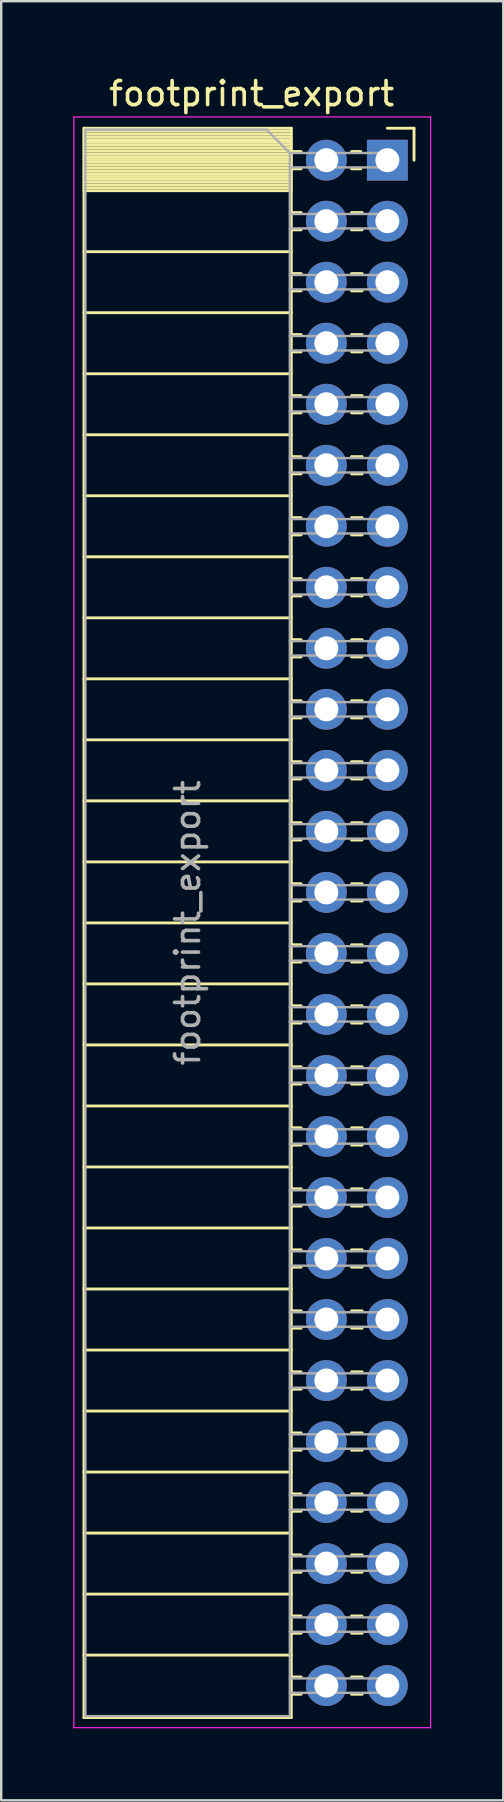
<source format=kicad_pcb>
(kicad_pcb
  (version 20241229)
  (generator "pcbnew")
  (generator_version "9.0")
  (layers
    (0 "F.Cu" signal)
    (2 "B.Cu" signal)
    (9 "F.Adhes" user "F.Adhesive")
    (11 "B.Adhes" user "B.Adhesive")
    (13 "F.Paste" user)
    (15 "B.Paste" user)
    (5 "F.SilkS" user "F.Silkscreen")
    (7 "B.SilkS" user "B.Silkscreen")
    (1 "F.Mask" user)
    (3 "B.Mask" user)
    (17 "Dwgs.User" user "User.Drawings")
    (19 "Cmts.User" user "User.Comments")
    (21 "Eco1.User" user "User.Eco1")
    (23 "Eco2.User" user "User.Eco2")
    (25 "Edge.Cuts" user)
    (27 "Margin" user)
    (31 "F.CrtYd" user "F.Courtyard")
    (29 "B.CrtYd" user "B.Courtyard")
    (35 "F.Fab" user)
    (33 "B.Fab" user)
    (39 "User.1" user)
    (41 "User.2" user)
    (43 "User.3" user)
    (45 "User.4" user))
  (footprint "footprint_export"
    (layer "F.Cu")
    (at 13.075 3.618)
    (property "Reference" "footprint_export" (at -5.65 -2.77 0) (layer "F.SilkS") (effects (font (size 1 1) (thickness 0.15))))
    (attr through_hole)
    (fp_line (start -12.63 -1.33) (end -12.63 64.83) (stroke (width 0.12) (type solid)) (layer "F.SilkS"))
    (fp_line (start -12.63 -1.33) (end -4 -1.33) (stroke (width 0.12) (type solid)) (layer "F.SilkS"))
    (fp_line (start -12.63 -1.21) (end -4 -1.21) (stroke (width 0.12) (type solid)) (layer "F.SilkS"))
    (fp_line (start -12.63 -1.092) (end -4 -1.092) (stroke (width 0.12) (type solid)) (layer "F.SilkS"))
    (fp_line (start -12.63 -0.974) (end -4 -0.974) (stroke (width 0.12) (type solid)) (layer "F.SilkS"))
    (fp_line (start -12.63 -0.856) (end -4 -0.856) (stroke (width 0.12) (type solid)) (layer "F.SilkS"))
    (fp_line (start -12.63 -0.738) (end -4 -0.738) (stroke (width 0.12) (type solid)) (layer "F.SilkS"))
    (fp_line (start -12.63 -0.62) (end -4 -0.62) (stroke (width 0.12) (type solid)) (layer "F.SilkS"))
    (fp_line (start -12.63 -0.501) (end -4 -0.501) (stroke (width 0.12) (type solid)) (layer "F.SilkS"))
    (fp_line (start -12.63 -0.383) (end -4 -0.383) (stroke (width 0.12) (type solid)) (layer "F.SilkS"))
    (fp_line (start -12.63 -0.265) (end -4 -0.265) (stroke (width 0.12) (type solid)) (layer "F.SilkS"))
    (fp_line (start -12.63 -0.147) (end -4 -0.147) (stroke (width 0.12) (type solid)) (layer "F.SilkS"))
    (fp_line (start -12.63 -0.029) (end -4 -0.029) (stroke (width 0.12) (type solid)) (layer "F.SilkS"))
    (fp_line (start -12.63 0.089) (end -4 0.089) (stroke (width 0.12) (type solid)) (layer "F.SilkS"))
    (fp_line (start -12.63 0.207) (end -4 0.207) (stroke (width 0.12) (type solid)) (layer "F.SilkS"))
    (fp_line (start -12.63 0.325) (end -4 0.325) (stroke (width 0.12) (type solid)) (layer "F.SilkS"))
    (fp_line (start -12.63 0.443) (end -4 0.443) (stroke (width 0.12) (type solid)) (layer "F.SilkS"))
    (fp_line (start -12.63 0.561) (end -4 0.561) (stroke (width 0.12) (type solid)) (layer "F.SilkS"))
    (fp_line (start -12.63 0.68) (end -4 0.68) (stroke (width 0.12) (type solid)) (layer "F.SilkS"))
    (fp_line (start -12.63 0.798) (end -4 0.798) (stroke (width 0.12) (type solid)) (layer "F.SilkS"))
    (fp_line (start -12.63 0.916) (end -4 0.916) (stroke (width 0.12) (type solid)) (layer "F.SilkS"))
    (fp_line (start -12.63 1.034) (end -4 1.034) (stroke (width 0.12) (type solid)) (layer "F.SilkS"))
    (fp_line (start -12.63 1.152) (end -4 1.152) (stroke (width 0.12) (type solid)) (layer "F.SilkS"))
    (fp_line (start -12.63 1.27) (end -4 1.27) (stroke (width 0.12) (type solid)) (layer "F.SilkS"))
    (fp_line (start -12.63 3.81) (end -4 3.81) (stroke (width 0.12) (type solid)) (layer "F.SilkS"))
    (fp_line (start -12.63 6.35) (end -4 6.35) (stroke (width 0.12) (type solid)) (layer "F.SilkS"))
    (fp_line (start -12.63 8.89) (end -4 8.89) (stroke (width 0.12) (type solid)) (layer "F.SilkS"))
    (fp_line (start -12.63 11.43) (end -4 11.43) (stroke (width 0.12) (type solid)) (layer "F.SilkS"))
    (fp_line (start -12.63 13.97) (end -4 13.97) (stroke (width 0.12) (type solid)) (layer "F.SilkS"))
    (fp_line (start -12.63 16.51) (end -4 16.51) (stroke (width 0.12) (type solid)) (layer "F.SilkS"))
    (fp_line (start -12.63 19.05) (end -4 19.05) (stroke (width 0.12) (type solid)) (layer "F.SilkS"))
    (fp_line (start -12.63 21.59) (end -4 21.59) (stroke (width 0.12) (type solid)) (layer "F.SilkS"))
    (fp_line (start -12.63 24.13) (end -4 24.13) (stroke (width 0.12) (type solid)) (layer "F.SilkS"))
    (fp_line (start -12.63 26.67) (end -4 26.67) (stroke (width 0.12) (type solid)) (layer "F.SilkS"))
    (fp_line (start -12.63 29.21) (end -4 29.21) (stroke (width 0.12) (type solid)) (layer "F.SilkS"))
    (fp_line (start -12.63 31.75) (end -4 31.75) (stroke (width 0.12) (type solid)) (layer "F.SilkS"))
    (fp_line (start -12.63 34.29) (end -4 34.29) (stroke (width 0.12) (type solid)) (layer "F.SilkS"))
    (fp_line (start -12.63 36.83) (end -4 36.83) (stroke (width 0.12) (type solid)) (layer "F.SilkS"))
    (fp_line (start -12.63 39.37) (end -4 39.37) (stroke (width 0.12) (type solid)) (layer "F.SilkS"))
    (fp_line (start -12.63 41.91) (end -4 41.91) (stroke (width 0.12) (type solid)) (layer "F.SilkS"))
    (fp_line (start -12.63 44.45) (end -4 44.45) (stroke (width 0.12) (type solid)) (layer "F.SilkS"))
    (fp_line (start -12.63 46.99) (end -4 46.99) (stroke (width 0.12) (type solid)) (layer "F.SilkS"))
    (fp_line (start -12.63 49.53) (end -4 49.53) (stroke (width 0.12) (type solid)) (layer "F.SilkS"))
    (fp_line (start -12.63 52.07) (end -4 52.07) (stroke (width 0.12) (type solid)) (layer "F.SilkS"))
    (fp_line (start -12.63 54.61) (end -4 54.61) (stroke (width 0.12) (type solid)) (layer "F.SilkS"))
    (fp_line (start -12.63 57.15) (end -4 57.15) (stroke (width 0.12) (type solid)) (layer "F.SilkS"))
    (fp_line (start -12.63 59.69) (end -4 59.69) (stroke (width 0.12) (type solid)) (layer "F.SilkS"))
    (fp_line (start -12.63 62.23) (end -4 62.23) (stroke (width 0.12) (type solid)) (layer "F.SilkS"))
    (fp_line (start -12.63 64.83) (end -4 64.83) (stroke (width 0.12) (type solid)) (layer "F.SilkS"))
    (fp_line (start -4 -1.33) (end -4 64.83) (stroke (width 0.12) (type solid)) (layer "F.SilkS"))
    (fp_line (start -4 -0.36) (end -3.59 -0.36) (stroke (width 0.12) (type solid)) (layer "F.SilkS"))
    (fp_line (start -4 0.36) (end -3.59 0.36) (stroke (width 0.12) (type solid)) (layer "F.SilkS"))
    (fp_line (start -4 2.18) (end -3.59 2.18) (stroke (width 0.12) (type solid)) (layer "F.SilkS"))
    (fp_line (start -4 2.9) (end -3.59 2.9) (stroke (width 0.12) (type solid)) (layer "F.SilkS"))
    (fp_line (start -4 4.72) (end -3.59 4.72) (stroke (width 0.12) (type solid)) (layer "F.SilkS"))
    (fp_line (start -4 5.44) (end -3.59 5.44) (stroke (width 0.12) (type solid)) (layer "F.SilkS"))
    (fp_line (start -4 7.26) (end -3.59 7.26) (stroke (width 0.12) (type solid)) (layer "F.SilkS"))
    (fp_line (start -4 7.98) (end -3.59 7.98) (stroke (width 0.12) (type solid)) (layer "F.SilkS"))
    (fp_line (start -4 9.8) (end -3.59 9.8) (stroke (width 0.12) (type solid)) (layer "F.SilkS"))
    (fp_line (start -4 10.52) (end -3.59 10.52) (stroke (width 0.12) (type solid)) (layer "F.SilkS"))
    (fp_line (start -4 12.34) (end -3.59 12.34) (stroke (width 0.12) (type solid)) (layer "F.SilkS"))
    (fp_line (start -4 13.06) (end -3.59 13.06) (stroke (width 0.12) (type solid)) (layer "F.SilkS"))
    (fp_line (start -4 14.88) (end -3.59 14.88) (stroke (width 0.12) (type solid)) (layer "F.SilkS"))
    (fp_line (start -4 15.6) (end -3.59 15.6) (stroke (width 0.12) (type solid)) (layer "F.SilkS"))
    (fp_line (start -4 17.42) (end -3.59 17.42) (stroke (width 0.12) (type solid)) (layer "F.SilkS"))
    (fp_line (start -4 18.14) (end -3.59 18.14) (stroke (width 0.12) (type solid)) (layer "F.SilkS"))
    (fp_line (start -4 19.96) (end -3.59 19.96) (stroke (width 0.12) (type solid)) (layer "F.SilkS"))
    (fp_line (start -4 20.68) (end -3.59 20.68) (stroke (width 0.12) (type solid)) (layer "F.SilkS"))
    (fp_line (start -4 22.5) (end -3.59 22.5) (stroke (width 0.12) (type solid)) (layer "F.SilkS"))
    (fp_line (start -4 23.22) (end -3.59 23.22) (stroke (width 0.12) (type solid)) (layer "F.SilkS"))
    (fp_line (start -4 25.04) (end -3.59 25.04) (stroke (width 0.12) (type solid)) (layer "F.SilkS"))
    (fp_line (start -4 25.76) (end -3.59 25.76) (stroke (width 0.12) (type solid)) (layer "F.SilkS"))
    (fp_line (start -4 27.58) (end -3.59 27.58) (stroke (width 0.12) (type solid)) (layer "F.SilkS"))
    (fp_line (start -4 28.3) (end -3.59 28.3) (stroke (width 0.12) (type solid)) (layer "F.SilkS"))
    (fp_line (start -4 30.12) (end -3.59 30.12) (stroke (width 0.12) (type solid)) (layer "F.SilkS"))
    (fp_line (start -4 30.84) (end -3.59 30.84) (stroke (width 0.12) (type solid)) (layer "F.SilkS"))
    (fp_line (start -4 32.66) (end -3.59 32.66) (stroke (width 0.12) (type solid)) (layer "F.SilkS"))
    (fp_line (start -4 33.38) (end -3.59 33.38) (stroke (width 0.12) (type solid)) (layer "F.SilkS"))
    (fp_line (start -4 35.2) (end -3.59 35.2) (stroke (width 0.12) (type solid)) (layer "F.SilkS"))
    (fp_line (start -4 35.92) (end -3.59 35.92) (stroke (width 0.12) (type solid)) (layer "F.SilkS"))
    (fp_line (start -4 37.74) (end -3.59 37.74) (stroke (width 0.12) (type solid)) (layer "F.SilkS"))
    (fp_line (start -4 38.46) (end -3.59 38.46) (stroke (width 0.12) (type solid)) (layer "F.SilkS"))
    (fp_line (start -4 40.28) (end -3.59 40.28) (stroke (width 0.12) (type solid)) (layer "F.SilkS"))
    (fp_line (start -4 41) (end -3.59 41) (stroke (width 0.12) (type solid)) (layer "F.SilkS"))
    (fp_line (start -4 42.82) (end -3.59 42.82) (stroke (width 0.12) (type solid)) (layer "F.SilkS"))
    (fp_line (start -4 43.54) (end -3.59 43.54) (stroke (width 0.12) (type solid)) (layer "F.SilkS"))
    (fp_line (start -4 45.36) (end -3.59 45.36) (stroke (width 0.12) (type solid)) (layer "F.SilkS"))
    (fp_line (start -4 46.08) (end -3.59 46.08) (stroke (width 0.12) (type solid)) (layer "F.SilkS"))
    (fp_line (start -4 47.9) (end -3.59 47.9) (stroke (width 0.12) (type solid)) (layer "F.SilkS"))
    (fp_line (start -4 48.62) (end -3.59 48.62) (stroke (width 0.12) (type solid)) (layer "F.SilkS"))
    (fp_line (start -4 50.44) (end -3.59 50.44) (stroke (width 0.12) (type solid)) (layer "F.SilkS"))
    (fp_line (start -4 51.16) (end -3.59 51.16) (stroke (width 0.12) (type solid)) (layer "F.SilkS"))
    (fp_line (start -4 52.98) (end -3.59 52.98) (stroke (width 0.12) (type solid)) (layer "F.SilkS"))
    (fp_line (start -4 53.7) (end -3.59 53.7) (stroke (width 0.12) (type solid)) (layer "F.SilkS"))
    (fp_line (start -4 55.52) (end -3.59 55.52) (stroke (width 0.12) (type solid)) (layer "F.SilkS"))
    (fp_line (start -4 56.24) (end -3.59 56.24) (stroke (width 0.12) (type solid)) (layer "F.SilkS"))
    (fp_line (start -4 58.06) (end -3.59 58.06) (stroke (width 0.12) (type solid)) (layer "F.SilkS"))
    (fp_line (start -4 58.78) (end -3.59 58.78) (stroke (width 0.12) (type solid)) (layer "F.SilkS"))
    (fp_line (start -4 60.6) (end -3.59 60.6) (stroke (width 0.12) (type solid)) (layer "F.SilkS"))
    (fp_line (start -4 61.32) (end -3.59 61.32) (stroke (width 0.12) (type solid)) (layer "F.SilkS"))
    (fp_line (start -4 63.14) (end -3.59 63.14) (stroke (width 0.12) (type solid)) (layer "F.SilkS"))
    (fp_line (start -4 63.86) (end -3.59 63.86) (stroke (width 0.12) (type solid)) (layer "F.SilkS"))
    (fp_line (start -1.49 -0.36) (end -1.11 -0.36) (stroke (width 0.12) (type solid)) (layer "F.SilkS"))
    (fp_line (start -1.49 0.36) (end -1.11 0.36) (stroke (width 0.12) (type solid)) (layer "F.SilkS"))
    (fp_line (start -1.49 2.18) (end -1.05 2.18) (stroke (width 0.12) (type solid)) (layer "F.SilkS"))
    (fp_line (start -1.49 2.9) (end -1.05 2.9) (stroke (width 0.12) (type solid)) (layer "F.SilkS"))
    (fp_line (start -1.49 4.72) (end -1.05 4.72) (stroke (width 0.12) (type solid)) (layer "F.SilkS"))
    (fp_line (start -1.49 5.44) (end -1.05 5.44) (stroke (width 0.12) (type solid)) (layer "F.SilkS"))
    (fp_line (start -1.49 7.26) (end -1.05 7.26) (stroke (width 0.12) (type solid)) (layer "F.SilkS"))
    (fp_line (start -1.49 7.98) (end -1.05 7.98) (stroke (width 0.12) (type solid)) (layer "F.SilkS"))
    (fp_line (start -1.49 9.8) (end -1.05 9.8) (stroke (width 0.12) (type solid)) (layer "F.SilkS"))
    (fp_line (start -1.49 10.52) (end -1.05 10.52) (stroke (width 0.12) (type solid)) (layer "F.SilkS"))
    (fp_line (start -1.49 12.34) (end -1.05 12.34) (stroke (width 0.12) (type solid)) (layer "F.SilkS"))
    (fp_line (start -1.49 13.06) (end -1.05 13.06) (stroke (width 0.12) (type solid)) (layer "F.SilkS"))
    (fp_line (start -1.49 14.88) (end -1.05 14.88) (stroke (width 0.12) (type solid)) (layer "F.SilkS"))
    (fp_line (start -1.49 15.6) (end -1.05 15.6) (stroke (width 0.12) (type solid)) (layer "F.SilkS"))
    (fp_line (start -1.49 17.42) (end -1.05 17.42) (stroke (width 0.12) (type solid)) (layer "F.SilkS"))
    (fp_line (start -1.49 18.14) (end -1.05 18.14) (stroke (width 0.12) (type solid)) (layer "F.SilkS"))
    (fp_line (start -1.49 19.96) (end -1.05 19.96) (stroke (width 0.12) (type solid)) (layer "F.SilkS"))
    (fp_line (start -1.49 20.68) (end -1.05 20.68) (stroke (width 0.12) (type solid)) (layer "F.SilkS"))
    (fp_line (start -1.49 22.5) (end -1.05 22.5) (stroke (width 0.12) (type solid)) (layer "F.SilkS"))
    (fp_line (start -1.49 23.22) (end -1.05 23.22) (stroke (width 0.12) (type solid)) (layer "F.SilkS"))
    (fp_line (start -1.49 25.04) (end -1.05 25.04) (stroke (width 0.12) (type solid)) (layer "F.SilkS"))
    (fp_line (start -1.49 25.76) (end -1.05 25.76) (stroke (width 0.12) (type solid)) (layer "F.SilkS"))
    (fp_line (start -1.49 27.58) (end -1.05 27.58) (stroke (width 0.12) (type solid)) (layer "F.SilkS"))
    (fp_line (start -1.49 28.3) (end -1.05 28.3) (stroke (width 0.12) (type solid)) (layer "F.SilkS"))
    (fp_line (start -1.49 30.12) (end -1.05 30.12) (stroke (width 0.12) (type solid)) (layer "F.SilkS"))
    (fp_line (start -1.49 30.84) (end -1.05 30.84) (stroke (width 0.12) (type solid)) (layer "F.SilkS"))
    (fp_line (start -1.49 32.66) (end -1.05 32.66) (stroke (width 0.12) (type solid)) (layer "F.SilkS"))
    (fp_line (start -1.49 33.38) (end -1.05 33.38) (stroke (width 0.12) (type solid)) (layer "F.SilkS"))
    (fp_line (start -1.49 35.2) (end -1.05 35.2) (stroke (width 0.12) (type solid)) (layer "F.SilkS"))
    (fp_line (start -1.49 35.92) (end -1.05 35.92) (stroke (width 0.12) (type solid)) (layer "F.SilkS"))
    (fp_line (start -1.49 37.74) (end -1.05 37.74) (stroke (width 0.12) (type solid)) (layer "F.SilkS"))
    (fp_line (start -1.49 38.46) (end -1.05 38.46) (stroke (width 0.12) (type solid)) (layer "F.SilkS"))
    (fp_line (start -1.49 40.28) (end -1.05 40.28) (stroke (width 0.12) (type solid)) (layer "F.SilkS"))
    (fp_line (start -1.49 41) (end -1.05 41) (stroke (width 0.12) (type solid)) (layer "F.SilkS"))
    (fp_line (start -1.49 42.82) (end -1.05 42.82) (stroke (width 0.12) (type solid)) (layer "F.SilkS"))
    (fp_line (start -1.49 43.54) (end -1.05 43.54) (stroke (width 0.12) (type solid)) (layer "F.SilkS"))
    (fp_line (start -1.49 45.36) (end -1.05 45.36) (stroke (width 0.12) (type solid)) (layer "F.SilkS"))
    (fp_line (start -1.49 46.08) (end -1.05 46.08) (stroke (width 0.12) (type solid)) (layer "F.SilkS"))
    (fp_line (start -1.49 47.9) (end -1.05 47.9) (stroke (width 0.12) (type solid)) (layer "F.SilkS"))
    (fp_line (start -1.49 48.62) (end -1.05 48.62) (stroke (width 0.12) (type solid)) (layer "F.SilkS"))
    (fp_line (start -1.49 50.44) (end -1.05 50.44) (stroke (width 0.12) (type solid)) (layer "F.SilkS"))
    (fp_line (start -1.49 51.16) (end -1.05 51.16) (stroke (width 0.12) (type solid)) (layer "F.SilkS"))
    (fp_line (start -1.49 52.98) (end -1.05 52.98) (stroke (width 0.12) (type solid)) (layer "F.SilkS"))
    (fp_line (start -1.49 53.7) (end -1.05 53.7) (stroke (width 0.12) (type solid)) (layer "F.SilkS"))
    (fp_line (start -1.49 55.52) (end -1.05 55.52) (stroke (width 0.12) (type solid)) (layer "F.SilkS"))
    (fp_line (start -1.49 56.24) (end -1.05 56.24) (stroke (width 0.12) (type solid)) (layer "F.SilkS"))
    (fp_line (start -1.49 58.06) (end -1.05 58.06) (stroke (width 0.12) (type solid)) (layer "F.SilkS"))
    (fp_line (start -1.49 58.78) (end -1.05 58.78) (stroke (width 0.12) (type solid)) (layer "F.SilkS"))
    (fp_line (start -1.49 60.6) (end -1.05 60.6) (stroke (width 0.12) (type solid)) (layer "F.SilkS"))
    (fp_line (start -1.49 61.32) (end -1.05 61.32) (stroke (width 0.12) (type solid)) (layer "F.SilkS"))
    (fp_line (start -1.49 63.14) (end -1.05 63.14) (stroke (width 0.12) (type solid)) (layer "F.SilkS"))
    (fp_line (start -1.49 63.86) (end -1.05 63.86) (stroke (width 0.12) (type solid)) (layer "F.SilkS"))
    (fp_line (start 0 -1.33) (end 1.11 -1.33) (stroke (width 0.12) (type solid)) (layer "F.SilkS"))
    (fp_line (start 1.11 -1.33) (end 1.11 0) (stroke (width 0.12) (type solid)) (layer "F.SilkS"))
    (fp_line (start -13.05 -1.8) (end -13.05 65.25) (stroke (width 0.05) (type solid)) (layer "F.CrtYd"))
    (fp_line (start -13.05 65.25) (end 1.8 65.25) (stroke (width 0.05) (type solid)) (layer "F.CrtYd"))
    (fp_line (start 1.8 -1.8) (end -13.05 -1.8) (stroke (width 0.05) (type solid)) (layer "F.CrtYd"))
    (fp_line (start 1.8 65.25) (end 1.8 -1.8) (stroke (width 0.05) (type solid)) (layer "F.CrtYd"))
    (fp_line (start -12.57 -1.27) (end -5.03 -1.27) (stroke (width 0.1) (type solid)) (layer "F.Fab"))
    (fp_line (start -12.57 64.77) (end -12.57 -1.27) (stroke (width 0.1) (type solid)) (layer "F.Fab"))
    (fp_line (start -5.03 -1.27) (end -4.06 -0.3) (stroke (width 0.1) (type solid)) (layer "F.Fab"))
    (fp_line (start -4.06 -0.3) (end -4.06 64.77) (stroke (width 0.1) (type solid)) (layer "F.Fab"))
    (fp_line (start -4.06 0.3) (end 0 0.3) (stroke (width 0.1) (type solid)) (layer "F.Fab"))
    (fp_line (start -4.06 2.84) (end 0 2.84) (stroke (width 0.1) (type solid)) (layer "F.Fab"))
    (fp_line (start -4.06 5.38) (end 0 5.38) (stroke (width 0.1) (type solid)) (layer "F.Fab"))
    (fp_line (start -4.06 7.92) (end 0 7.92) (stroke (width 0.1) (type solid)) (layer "F.Fab"))
    (fp_line (start -4.06 10.46) (end 0 10.46) (stroke (width 0.1) (type solid)) (layer "F.Fab"))
    (fp_line (start -4.06 13) (end 0 13) (stroke (width 0.1) (type solid)) (layer "F.Fab"))
    (fp_line (start -4.06 15.54) (end 0 15.54) (stroke (width 0.1) (type solid)) (layer "F.Fab"))
    (fp_line (start -4.06 18.08) (end 0 18.08) (stroke (width 0.1) (type solid)) (layer "F.Fab"))
    (fp_line (start -4.06 20.62) (end 0 20.62) (stroke (width 0.1) (type solid)) (layer "F.Fab"))
    (fp_line (start -4.06 23.16) (end 0 23.16) (stroke (width 0.1) (type solid)) (layer "F.Fab"))
    (fp_line (start -4.06 25.7) (end 0 25.7) (stroke (width 0.1) (type solid)) (layer "F.Fab"))
    (fp_line (start -4.06 28.24) (end 0 28.24) (stroke (width 0.1) (type solid)) (layer "F.Fab"))
    (fp_line (start -4.06 30.78) (end 0 30.78) (stroke (width 0.1) (type solid)) (layer "F.Fab"))
    (fp_line (start -4.06 33.32) (end 0 33.32) (stroke (width 0.1) (type solid)) (layer "F.Fab"))
    (fp_line (start -4.06 35.86) (end 0 35.86) (stroke (width 0.1) (type solid)) (layer "F.Fab"))
    (fp_line (start -4.06 38.4) (end 0 38.4) (stroke (width 0.1) (type solid)) (layer "F.Fab"))
    (fp_line (start -4.06 40.94) (end 0 40.94) (stroke (width 0.1) (type solid)) (layer "F.Fab"))
    (fp_line (start -4.06 43.48) (end 0 43.48) (stroke (width 0.1) (type solid)) (layer "F.Fab"))
    (fp_line (start -4.06 46.02) (end 0 46.02) (stroke (width 0.1) (type solid)) (layer "F.Fab"))
    (fp_line (start -4.06 48.56) (end 0 48.56) (stroke (width 0.1) (type solid)) (layer "F.Fab"))
    (fp_line (start -4.06 51.1) (end 0 51.1) (stroke (width 0.1) (type solid)) (layer "F.Fab"))
    (fp_line (start -4.06 53.64) (end 0 53.64) (stroke (width 0.1) (type solid)) (layer "F.Fab"))
    (fp_line (start -4.06 56.18) (end 0 56.18) (stroke (width 0.1) (type solid)) (layer "F.Fab"))
    (fp_line (start -4.06 58.72) (end 0 58.72) (stroke (width 0.1) (type solid)) (layer "F.Fab"))
    (fp_line (start -4.06 61.26) (end 0 61.26) (stroke (width 0.1) (type solid)) (layer "F.Fab"))
    (fp_line (start -4.06 63.8) (end 0 63.8) (stroke (width 0.1) (type solid)) (layer "F.Fab"))
    (fp_line (start -4.06 64.77) (end -12.57 64.77) (stroke (width 0.1) (type solid)) (layer "F.Fab"))
    (fp_line (start 0 -0.3) (end -4.06 -0.3) (stroke (width 0.1) (type solid)) (layer "F.Fab"))
    (fp_line (start 0 0.3) (end 0 -0.3) (stroke (width 0.1) (type solid)) (layer "F.Fab"))
    (fp_line (start 0 2.24) (end -4.06 2.24) (stroke (width 0.1) (type solid)) (layer "F.Fab"))
    (fp_line (start 0 2.84) (end 0 2.24) (stroke (width 0.1) (type solid)) (layer "F.Fab"))
    (fp_line (start 0 4.78) (end -4.06 4.78) (stroke (width 0.1) (type solid)) (layer "F.Fab"))
    (fp_line (start 0 5.38) (end 0 4.78) (stroke (width 0.1) (type solid)) (layer "F.Fab"))
    (fp_line (start 0 7.32) (end -4.06 7.32) (stroke (width 0.1) (type solid)) (layer "F.Fab"))
    (fp_line (start 0 7.92) (end 0 7.32) (stroke (width 0.1) (type solid)) (layer "F.Fab"))
    (fp_line (start 0 9.86) (end -4.06 9.86) (stroke (width 0.1) (type solid)) (layer "F.Fab"))
    (fp_line (start 0 10.46) (end 0 9.86) (stroke (width 0.1) (type solid)) (layer "F.Fab"))
    (fp_line (start 0 12.4) (end -4.06 12.4) (stroke (width 0.1) (type solid)) (layer "F.Fab"))
    (fp_line (start 0 13) (end 0 12.4) (stroke (width 0.1) (type solid)) (layer "F.Fab"))
    (fp_line (start 0 14.94) (end -4.06 14.94) (stroke (width 0.1) (type solid)) (layer "F.Fab"))
    (fp_line (start 0 15.54) (end 0 14.94) (stroke (width 0.1) (type solid)) (layer "F.Fab"))
    (fp_line (start 0 17.48) (end -4.06 17.48) (stroke (width 0.1) (type solid)) (layer "F.Fab"))
    (fp_line (start 0 18.08) (end 0 17.48) (stroke (width 0.1) (type solid)) (layer "F.Fab"))
    (fp_line (start 0 20.02) (end -4.06 20.02) (stroke (width 0.1) (type solid)) (layer "F.Fab"))
    (fp_line (start 0 20.62) (end 0 20.02) (stroke (width 0.1) (type solid)) (layer "F.Fab"))
    (fp_line (start 0 22.56) (end -4.06 22.56) (stroke (width 0.1) (type solid)) (layer "F.Fab"))
    (fp_line (start 0 23.16) (end 0 22.56) (stroke (width 0.1) (type solid)) (layer "F.Fab"))
    (fp_line (start 0 25.1) (end -4.06 25.1) (stroke (width 0.1) (type solid)) (layer "F.Fab"))
    (fp_line (start 0 25.7) (end 0 25.1) (stroke (width 0.1) (type solid)) (layer "F.Fab"))
    (fp_line (start 0 27.64) (end -4.06 27.64) (stroke (width 0.1) (type solid)) (layer "F.Fab"))
    (fp_line (start 0 28.24) (end 0 27.64) (stroke (width 0.1) (type solid)) (layer "F.Fab"))
    (fp_line (start 0 30.18) (end -4.06 30.18) (stroke (width 0.1) (type solid)) (layer "F.Fab"))
    (fp_line (start 0 30.78) (end 0 30.18) (stroke (width 0.1) (type solid)) (layer "F.Fab"))
    (fp_line (start 0 32.72) (end -4.06 32.72) (stroke (width 0.1) (type solid)) (layer "F.Fab"))
    (fp_line (start 0 33.32) (end 0 32.72) (stroke (width 0.1) (type solid)) (layer "F.Fab"))
    (fp_line (start 0 35.26) (end -4.06 35.26) (stroke (width 0.1) (type solid)) (layer "F.Fab"))
    (fp_line (start 0 35.86) (end 0 35.26) (stroke (width 0.1) (type solid)) (layer "F.Fab"))
    (fp_line (start 0 37.8) (end -4.06 37.8) (stroke (width 0.1) (type solid)) (layer "F.Fab"))
    (fp_line (start 0 38.4) (end 0 37.8) (stroke (width 0.1) (type solid)) (layer "F.Fab"))
    (fp_line (start 0 40.34) (end -4.06 40.34) (stroke (width 0.1) (type solid)) (layer "F.Fab"))
    (fp_line (start 0 40.94) (end 0 40.34) (stroke (width 0.1) (type solid)) (layer "F.Fab"))
    (fp_line (start 0 42.88) (end -4.06 42.88) (stroke (width 0.1) (type solid)) (layer "F.Fab"))
    (fp_line (start 0 43.48) (end 0 42.88) (stroke (width 0.1) (type solid)) (layer "F.Fab"))
    (fp_line (start 0 45.42) (end -4.06 45.42) (stroke (width 0.1) (type solid)) (layer "F.Fab"))
    (fp_line (start 0 46.02) (end 0 45.42) (stroke (width 0.1) (type solid)) (layer "F.Fab"))
    (fp_line (start 0 47.96) (end -4.06 47.96) (stroke (width 0.1) (type solid)) (layer "F.Fab"))
    (fp_line (start 0 48.56) (end 0 47.96) (stroke (width 0.1) (type solid)) (layer "F.Fab"))
    (fp_line (start 0 50.5) (end -4.06 50.5) (stroke (width 0.1) (type solid)) (layer "F.Fab"))
    (fp_line (start 0 51.1) (end 0 50.5) (stroke (width 0.1) (type solid)) (layer "F.Fab"))
    (fp_line (start 0 53.04) (end -4.06 53.04) (stroke (width 0.1) (type solid)) (layer "F.Fab"))
    (fp_line (start 0 53.64) (end 0 53.04) (stroke (width 0.1) (type solid)) (layer "F.Fab"))
    (fp_line (start 0 55.58) (end -4.06 55.58) (stroke (width 0.1) (type solid)) (layer "F.Fab"))
    (fp_line (start 0 56.18) (end 0 55.58) (stroke (width 0.1) (type solid)) (layer "F.Fab"))
    (fp_line (start 0 58.12) (end -4.06 58.12) (stroke (width 0.1) (type solid)) (layer "F.Fab"))
    (fp_line (start 0 58.72) (end 0 58.12) (stroke (width 0.1) (type solid)) (layer "F.Fab"))
    (fp_line (start 0 60.66) (end -4.06 60.66) (stroke (width 0.1) (type solid)) (layer "F.Fab"))
    (fp_line (start 0 61.26) (end 0 60.66) (stroke (width 0.1) (type solid)) (layer "F.Fab"))
    (fp_line (start 0 63.2) (end -4.06 63.2) (stroke (width 0.1) (type solid)) (layer "F.Fab"))
    (fp_line (start 0 63.8) (end 0 63.2) (stroke (width 0.1) (type solid)) (layer "F.Fab"))
    (fp_text user "${REFERENCE}" (at -8.315 31.75 90) (layer "F.Fab") (effects (font (size 1 1) (thickness 0.15))))
    (pad "1" thru_hole rect (at 0 0) (size 1.7 1.7) (drill 1) (layers "*.Cu" "*.Mask"))
    (pad "2" thru_hole oval (at -2.54 0) (size 1.7 1.7) (drill 1) (layers "*.Cu" "*.Mask"))
    (pad "3" thru_hole oval (at 0 2.54) (size 1.7 1.7) (drill 1) (layers "*.Cu" "*.Mask"))
    (pad "4" thru_hole oval (at -2.54 2.54) (size 1.7 1.7) (drill 1) (layers "*.Cu" "*.Mask"))
    (pad "5" thru_hole oval (at 0 5.08) (size 1.7 1.7) (drill 1) (layers "*.Cu" "*.Mask"))
    (pad "6" thru_hole oval (at -2.54 5.08) (size 1.7 1.7) (drill 1) (layers "*.Cu" "*.Mask"))
    (pad "7" thru_hole oval (at 0 7.62) (size 1.7 1.7) (drill 1) (layers "*.Cu" "*.Mask"))
    (pad "8" thru_hole oval (at -2.54 7.62) (size 1.7 1.7) (drill 1) (layers "*.Cu" "*.Mask"))
    (pad "9" thru_hole oval (at 0 10.16) (size 1.7 1.7) (drill 1) (layers "*.Cu" "*.Mask"))
    (pad "10" thru_hole oval (at -2.54 10.16) (size 1.7 1.7) (drill 1) (layers "*.Cu" "*.Mask"))
    (pad "11" thru_hole oval (at 0 12.7) (size 1.7 1.7) (drill 1) (layers "*.Cu" "*.Mask"))
    (pad "12" thru_hole oval (at -2.54 12.7) (size 1.7 1.7) (drill 1) (layers "*.Cu" "*.Mask"))
    (pad "13" thru_hole oval (at 0 15.24) (size 1.7 1.7) (drill 1) (layers "*.Cu" "*.Mask"))
    (pad "14" thru_hole oval (at -2.54 15.24) (size 1.7 1.7) (drill 1) (layers "*.Cu" "*.Mask"))
    (pad "15" thru_hole oval (at 0 17.78) (size 1.7 1.7) (drill 1) (layers "*.Cu" "*.Mask"))
    (pad "16" thru_hole oval (at -2.54 17.78) (size 1.7 1.7) (drill 1) (layers "*.Cu" "*.Mask"))
    (pad "17" thru_hole oval (at 0 20.32) (size 1.7 1.7) (drill 1) (layers "*.Cu" "*.Mask"))
    (pad "18" thru_hole oval (at -2.54 20.32) (size 1.7 1.7) (drill 1) (layers "*.Cu" "*.Mask"))
    (pad "19" thru_hole oval (at 0 22.86) (size 1.7 1.7) (drill 1) (layers "*.Cu" "*.Mask"))
    (pad "20" thru_hole oval (at -2.54 22.86) (size 1.7 1.7) (drill 1) (layers "*.Cu" "*.Mask"))
    (pad "21" thru_hole oval (at 0 25.4) (size 1.7 1.7) (drill 1) (layers "*.Cu" "*.Mask"))
    (pad "22" thru_hole oval (at -2.54 25.4) (size 1.7 1.7) (drill 1) (layers "*.Cu" "*.Mask"))
    (pad "23" thru_hole oval (at 0 27.94) (size 1.7 1.7) (drill 1) (layers "*.Cu" "*.Mask"))
    (pad "24" thru_hole oval (at -2.54 27.94) (size 1.7 1.7) (drill 1) (layers "*.Cu" "*.Mask"))
    (pad "25" thru_hole oval (at 0 30.48) (size 1.7 1.7) (drill 1) (layers "*.Cu" "*.Mask"))
    (pad "26" thru_hole oval (at -2.54 30.48) (size 1.7 1.7) (drill 1) (layers "*.Cu" "*.Mask"))
    (pad "27" thru_hole oval (at 0 33.02) (size 1.7 1.7) (drill 1) (layers "*.Cu" "*.Mask"))
    (pad "28" thru_hole oval (at -2.54 33.02) (size 1.7 1.7) (drill 1) (layers "*.Cu" "*.Mask"))
    (pad "29" thru_hole oval (at 0 35.56) (size 1.7 1.7) (drill 1) (layers "*.Cu" "*.Mask"))
    (pad "30" thru_hole oval (at -2.54 35.56) (size 1.7 1.7) (drill 1) (layers "*.Cu" "*.Mask"))
    (pad "31" thru_hole oval (at 0 38.1) (size 1.7 1.7) (drill 1) (layers "*.Cu" "*.Mask"))
    (pad "32" thru_hole oval (at -2.54 38.1) (size 1.7 1.7) (drill 1) (layers "*.Cu" "*.Mask"))
    (pad "33" thru_hole oval (at 0 40.64) (size 1.7 1.7) (drill 1) (layers "*.Cu" "*.Mask"))
    (pad "34" thru_hole oval (at -2.54 40.64) (size 1.7 1.7) (drill 1) (layers "*.Cu" "*.Mask"))
    (pad "35" thru_hole oval (at 0 43.18) (size 1.7 1.7) (drill 1) (layers "*.Cu" "*.Mask"))
    (pad "36" thru_hole oval (at -2.54 43.18) (size 1.7 1.7) (drill 1) (layers "*.Cu" "*.Mask"))
    (pad "37" thru_hole oval (at 0 45.72) (size 1.7 1.7) (drill 1) (layers "*.Cu" "*.Mask"))
    (pad "38" thru_hole oval (at -2.54 45.72) (size 1.7 1.7) (drill 1) (layers "*.Cu" "*.Mask"))
    (pad "39" thru_hole oval (at 0 48.26) (size 1.7 1.7) (drill 1) (layers "*.Cu" "*.Mask"))
    (pad "40" thru_hole oval (at -2.54 48.26) (size 1.7 1.7) (drill 1) (layers "*.Cu" "*.Mask"))
    (pad "41" thru_hole oval (at 0 50.8) (size 1.7 1.7) (drill 1) (layers "*.Cu" "*.Mask"))
    (pad "42" thru_hole oval (at -2.54 50.8) (size 1.7 1.7) (drill 1) (layers "*.Cu" "*.Mask"))
    (pad "43" thru_hole oval (at 0 53.34) (size 1.7 1.7) (drill 1) (layers "*.Cu" "*.Mask"))
    (pad "44" thru_hole oval (at -2.54 53.34) (size 1.7 1.7) (drill 1) (layers "*.Cu" "*.Mask"))
    (pad "45" thru_hole oval (at 0 55.88) (size 1.7 1.7) (drill 1) (layers "*.Cu" "*.Mask"))
    (pad "46" thru_hole oval (at -2.54 55.88) (size 1.7 1.7) (drill 1) (layers "*.Cu" "*.Mask"))
    (pad "47" thru_hole oval (at 0 58.42) (size 1.7 1.7) (drill 1) (layers "*.Cu" "*.Mask"))
    (pad "48" thru_hole oval (at -2.54 58.42) (size 1.7 1.7) (drill 1) (layers "*.Cu" "*.Mask"))
    (pad "49" thru_hole oval (at 0 60.96) (size 1.7 1.7) (drill 1) (layers "*.Cu" "*.Mask"))
    (pad "50" thru_hole oval (at -2.54 60.96) (size 1.7 1.7) (drill 1) (layers "*.Cu" "*.Mask"))
    (pad "51" thru_hole oval (at 0 63.5) (size 1.7 1.7) (drill 1) (layers "*.Cu" "*.Mask"))
    (pad "52" thru_hole oval (at -2.54 63.5) (size 1.7 1.7) (drill 1) (layers "*.Cu" "*.Mask")))
  (gr_rect
    (start -3 -3)
    (end 17.9 71.893)
    (stroke (width 0.1) (type default))
    (fill no)
    (layer "Edge.Cuts")))
</source>
